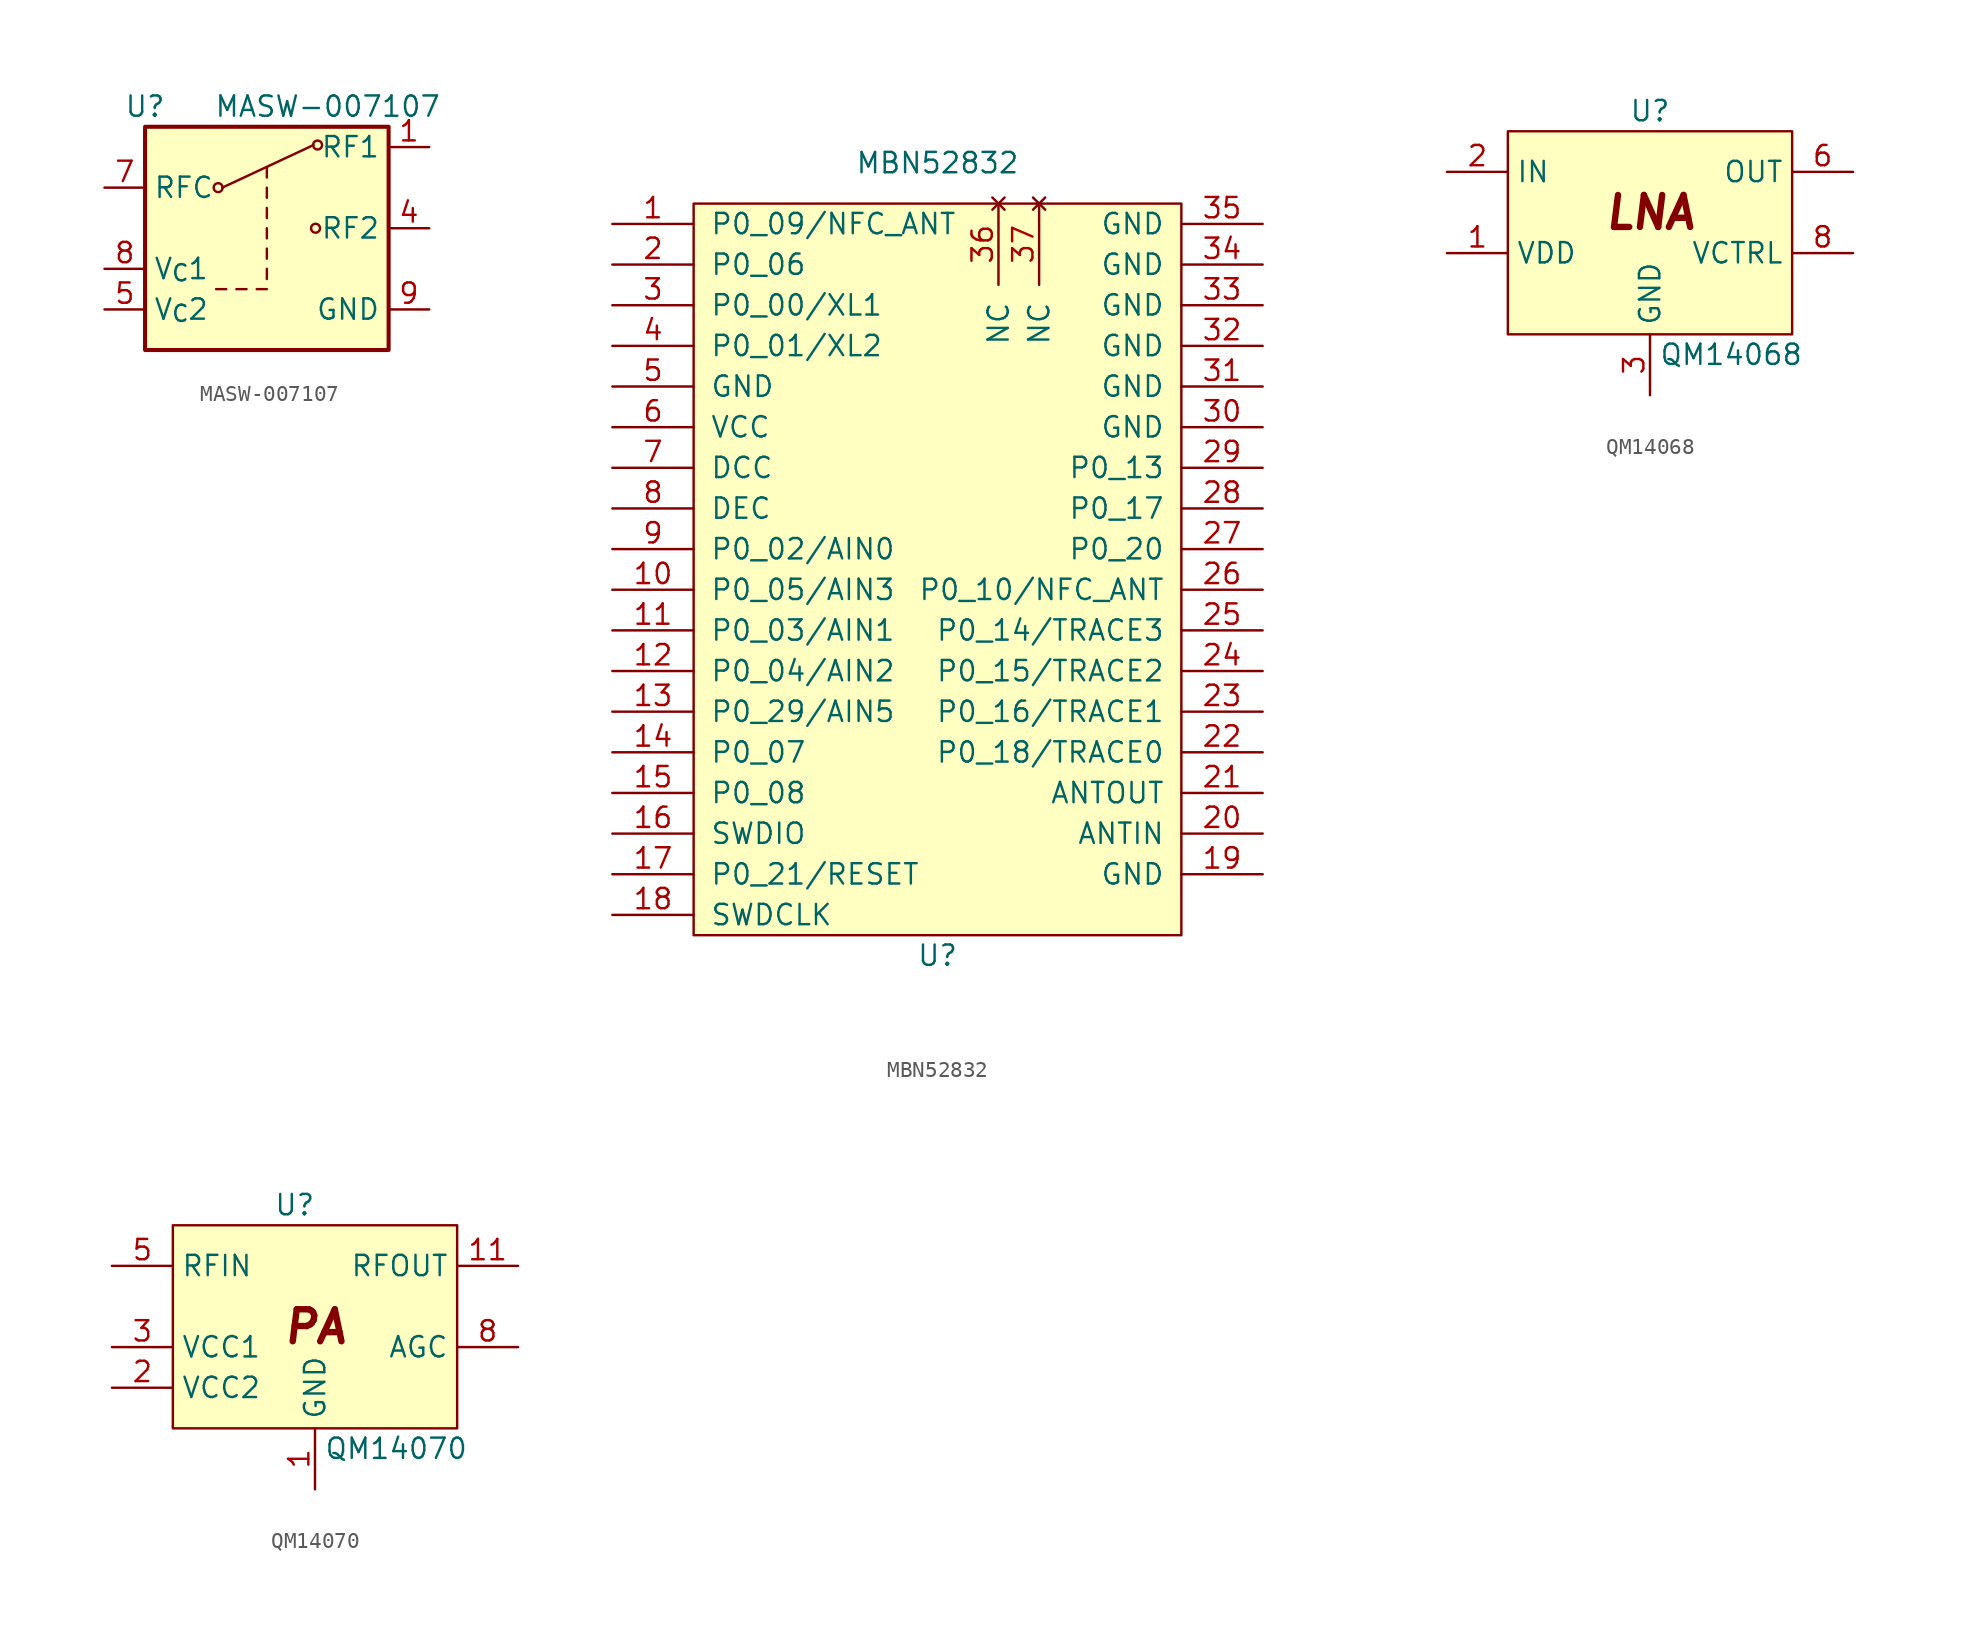
<source format=kicad_sym>
(kicad_symbol_lib
  (version 20220914)
  (generator kicad_symbol_editor)
  (symbol "MASW-007107"
    (property "Reference" "U"
      (at -7.62 7.62 0)
      (effects (font (size 1.27 1.27))))
    (property "Value" "MASW-007107"
      (at 3.81 7.62 0)
      (effects (font (size 1.27 1.27))))
    (symbol "MASW-007107_0_1"
      (circle (center -3.048 2.54) (radius 0.279) (stroke (width 0) (type default)) (fill (type none)))
      (polyline (pts (xy -3.175 -3.81) (xy -2.54 -3.81)) (stroke (width 0) (type default)) (fill (type none)))
      (polyline (pts (xy -2.794 2.54) (xy 2.921 5.207)) (stroke (width 0) (type default)) (fill (type none)))
      (polyline (pts (xy -1.905 -3.81) (xy -1.27 -3.81)) (stroke (width 0) (type default)) (fill (type none)))
      (polyline (pts (xy -0.635 -3.81) (xy 0 -3.81)) (stroke (width 0) (type default)) (fill (type none)))
      (polyline (pts (xy 0 -3.175) (xy 0 -2.54)) (stroke (width 0) (type default)) (fill (type none)))
      (polyline (pts (xy 0 -1.905) (xy 0 -1.27)) (stroke (width 0) (type default)) (fill (type none)))
      (polyline (pts (xy 0 -0.635) (xy 0 0)) (stroke (width 0) (type default)) (fill (type none)))
      (polyline (pts (xy 0 0.635) (xy 0 1.27)) (stroke (width 0) (type default)) (fill (type none)))
      (polyline (pts (xy 0 1.905) (xy 0 2.54)) (stroke (width 0) (type default)) (fill (type none)))
      (polyline (pts (xy 0 3.175) (xy 0 3.81)) (stroke (width 0) (type default)) (fill (type none)))
      (circle (center 3.048 0) (radius 0.279) (stroke (width 0) (type default)) (fill (type none)))
      (circle (center 3.175 5.207) (radius 0.279) (stroke (width 0) (type default)) (fill (type none)))
      (rectangle (start 7.62 -7.62) (end -7.62 6.35) (stroke (width 0.254) (type default)) (fill (type background))))
    (symbol "MASW-007107_1_1"
      (pin passive line (at 10.16 5.08 180) (length 2.54) (name "RF1" (effects (font (size 1.27 1.27)))) (number "1" (effects (font (size 1.27 1.27)))))
      (pin passive line (at 10.16 -5.08 180) (length 2.54) hide (name "NC" (effects (font (size 1.27 1.27)))) (number "2" (effects (font (size 1.27 1.27)))))
      (pin passive line (at 10.16 -5.08 180) (length 2.54) hide (name "NC" (effects (font (size 1.27 1.27)))) (number "3" (effects (font (size 1.27 1.27)))))
      (pin passive line (at 10.16 0 180) (length 2.54) (name "RF2" (effects (font (size 1.27 1.27)))) (number "4" (effects (font (size 1.27 1.27)))))
      (pin input line (at -10.16 -5.08 0) (length 2.54) (name "V_{C}2" (effects (font (size 1.27 1.27)))) (number "5" (effects (font (size 1.27 1.27)))))
      (pin passive line (at 10.16 -5.08 180) (length 2.54) hide (name "NC" (effects (font (size 1.27 1.27)))) (number "6" (effects (font (size 1.27 1.27)))))
      (pin passive line (at -10.16 2.54 0) (length 2.54) (name "RFC" (effects (font (size 1.27 1.27)))) (number "7" (effects (font (size 1.27 1.27)))))
      (pin input line (at -10.16 -2.54 0) (length 2.54) (name "V_{C}1" (effects (font (size 1.27 1.27)))) (number "8" (effects (font (size 1.27 1.27)))))
      (pin power_in line (at 10.16 -5.08 180) (length 2.54) (name "GND" (effects (font (size 1.27 1.27)))) (number "9" (effects (font (size 1.27 1.27)))))))
  (symbol "MBN52832"
    (pin_names
      (offset 1.016))
    (property "Reference" "U"
      (at 0 -38.1 0)
      (effects (font (size 1.27 1.27))))
    (property "Value" "MBN52832"
      (at 0 11.43 0)
      (effects (font (size 1.27 1.27))))
    (symbol "MBN52832_0_1"
      (rectangle (start -15.24 8.89) (end 15.24 -36.83) (stroke (width 0) (type default)) (fill (type background))))
    (symbol "MBN52832_1_1"
      (pin bidirectional line (at -20.32 7.62 0) (length 5.08) (name "P0_09/NFC_ANT" (effects (font (size 1.27 1.27)))) (number "1" (effects (font (size 1.27 1.27)))))
      (pin bidirectional line (at -20.32 -15.24 0) (length 5.08) (name "P0_05/AIN3" (effects (font (size 1.27 1.27)))) (number "10" (effects (font (size 1.27 1.27)))))
      (pin bidirectional line (at -20.32 -17.78 0) (length 5.08) (name "P0_03/AIN1" (effects (font (size 1.27 1.27)))) (number "11" (effects (font (size 1.27 1.27)))))
      (pin bidirectional line (at -20.32 -20.32 0) (length 5.08) (name "P0_04/AIN2" (effects (font (size 1.27 1.27)))) (number "12" (effects (font (size 1.27 1.27)))))
      (pin bidirectional line (at -20.32 -22.86 0) (length 5.08) (name "P0_29/AIN5" (effects (font (size 1.27 1.27)))) (number "13" (effects (font (size 1.27 1.27)))))
      (pin bidirectional line (at -20.32 -25.4 0) (length 5.08) (name "P0_07" (effects (font (size 1.27 1.27)))) (number "14" (effects (font (size 1.27 1.27)))))
      (pin bidirectional line (at -20.32 -27.94 0) (length 5.08) (name "P0_08" (effects (font (size 1.27 1.27)))) (number "15" (effects (font (size 1.27 1.27)))))
      (pin bidirectional line (at -20.32 -30.48 0) (length 5.08) (name "SWDIO" (effects (font (size 1.27 1.27)))) (number "16" (effects (font (size 1.27 1.27)))))
      (pin input line (at -20.32 -33.02 0) (length 5.08) (name "P0_21/RESET" (effects (font (size 1.27 1.27)))) (number "17" (effects (font (size 1.27 1.27)))))
      (pin input line (at -20.32 -35.56 0) (length 5.08) (name "SWDCLK" (effects (font (size 1.27 1.27)))) (number "18" (effects (font (size 1.27 1.27)))))
      (pin power_in line (at 20.32 -33.02 180) (length 5.08) (name "GND" (effects (font (size 1.27 1.27)))) (number "19" (effects (font (size 1.27 1.27)))))
      (pin bidirectional line (at -20.32 5.08 0) (length 5.08) (name "P0_06" (effects (font (size 1.27 1.27)))) (number "2" (effects (font (size 1.27 1.27)))))
      (pin input line (at 20.32 -30.48 180) (length 5.08) (name "ANTIN" (effects (font (size 1.27 1.27)))) (number "20" (effects (font (size 1.27 1.27)))))
      (pin output line (at 20.32 -27.94 180) (length 5.08) (name "ANTOUT" (effects (font (size 1.27 1.27)))) (number "21" (effects (font (size 1.27 1.27)))))
      (pin output line (at 20.32 -25.4 180) (length 5.08) (name "P0_18/TRACE0" (effects (font (size 1.27 1.27)))) (number "22" (effects (font (size 1.27 1.27)))))
      (pin output line (at 20.32 -22.86 180) (length 5.08) (name "P0_16/TRACE1" (effects (font (size 1.27 1.27)))) (number "23" (effects (font (size 1.27 1.27)))))
      (pin output line (at 20.32 -20.32 180) (length 5.08) (name "P0_15/TRACE2" (effects (font (size 1.27 1.27)))) (number "24" (effects (font (size 1.27 1.27)))))
      (pin output line (at 20.32 -17.78 180) (length 5.08) (name "P0_14/TRACE3" (effects (font (size 1.27 1.27)))) (number "25" (effects (font (size 1.27 1.27)))))
      (pin bidirectional line (at 20.32 -15.24 180) (length 5.08) (name "P0_10/NFC_ANT" (effects (font (size 1.27 1.27)))) (number "26" (effects (font (size 1.27 1.27)))))
      (pin bidirectional line (at 20.32 -12.7 180) (length 5.08) (name "P0_20" (effects (font (size 1.27 1.27)))) (number "27" (effects (font (size 1.27 1.27)))))
      (pin bidirectional line (at 20.32 -10.16 180) (length 5.08) (name "P0_17" (effects (font (size 1.27 1.27)))) (number "28" (effects (font (size 1.27 1.27)))))
      (pin bidirectional line (at 20.32 -7.62 180) (length 5.08) (name "P0_13" (effects (font (size 1.27 1.27)))) (number "29" (effects (font (size 1.27 1.27)))))
      (pin bidirectional line (at -20.32 2.54 0) (length 5.08) (name "P0_00/XL1" (effects (font (size 1.27 1.27)))) (number "3" (effects (font (size 1.27 1.27)))))
      (pin power_in line (at 20.32 -5.08 180) (length 5.08) (name "GND" (effects (font (size 1.27 1.27)))) (number "30" (effects (font (size 1.27 1.27)))))
      (pin power_in line (at 20.32 -2.54 180) (length 5.08) (name "GND" (effects (font (size 1.27 1.27)))) (number "31" (effects (font (size 1.27 1.27)))))
      (pin power_in line (at 20.32 0 180) (length 5.08) (name "GND" (effects (font (size 1.27 1.27)))) (number "32" (effects (font (size 1.27 1.27)))))
      (pin power_in line (at 20.32 2.54 180) (length 5.08) (name "GND" (effects (font (size 1.27 1.27)))) (number "33" (effects (font (size 1.27 1.27)))))
      (pin power_in line (at 20.32 5.08 180) (length 5.08) (name "GND" (effects (font (size 1.27 1.27)))) (number "34" (effects (font (size 1.27 1.27)))))
      (pin power_in line (at 20.32 7.62 180) (length 5.08) (name "GND" (effects (font (size 1.27 1.27)))) (number "35" (effects (font (size 1.27 1.27)))))
      (pin no_connect line (at 3.81 8.89 270) (length 5.08) (name "NC" (effects (font (size 1.27 1.27)))) (number "36" (effects (font (size 1.27 1.27)))))
      (pin no_connect line (at 6.35 8.89 270) (length 5.08) (name "NC" (effects (font (size 1.27 1.27)))) (number "37" (effects (font (size 1.27 1.27)))))
      (pin bidirectional line (at -20.32 0 0) (length 5.08) (name "P0_01/XL2" (effects (font (size 1.27 1.27)))) (number "4" (effects (font (size 1.27 1.27)))))
      (pin power_in line (at -20.32 -2.54 0) (length 5.08) (name "GND" (effects (font (size 1.27 1.27)))) (number "5" (effects (font (size 1.27 1.27)))))
      (pin power_in line (at -20.32 -5.08 0) (length 5.08) (name "VCC" (effects (font (size 1.27 1.27)))) (number "6" (effects (font (size 1.27 1.27)))))
      (pin power_out line (at -20.32 -7.62 0) (length 5.08) (name "DCC" (effects (font (size 1.27 1.27)))) (number "7" (effects (font (size 1.27 1.27)))))
      (pin output line (at -20.32 -10.16 0) (length 5.08) (name "DEC" (effects (font (size 1.27 1.27)))) (number "8" (effects (font (size 1.27 1.27)))))
      (pin bidirectional line (at -20.32 -12.7 0) (length 5.08) (name "P0_02/AIN0" (effects (font (size 1.27 1.27)))) (number "9" (effects (font (size 1.27 1.27)))))))
  (symbol "QM14068"
    (property "Reference" "U"
      (at 8.89 1.27 0)
      (effects (font (size 1.27 1.27))))
    (property "Value" "QM14068"
      (at 13.97 -13.97 0)
      (effects (font (size 1.27 1.27))))
    (symbol "QM14068_1_1"
      (rectangle (start 0 0) (end 17.78 -12.7) (stroke (width 0) (type default)) (fill (type background)))
      (text "LNA" (at 8.89 -5.08 0) (effects (font (size 2 2) bold italic)))
      (pin power_in line (at -3.81 -7.62 0) (length 3.81) (name "VDD" (effects (font (size 1.27 1.27)))) (number "1" (effects (font (size 1.27 1.27)))))
      (pin passive line (at -3.81 -2.54 0) (length 3.81) (name "IN" (effects (font (size 1.27 1.27)))) (number "2" (effects (font (size 1.27 1.27)))))
      (pin power_in line (at 8.89 -16.51 90) (length 3.81) (name "GND" (effects (font (size 1.27 1.27)))) (number "3" (effects (font (size 1.27 1.27)))))
      (pin power_in line (at 8.89 -16.51 90) (length 3.81) hide (name "GND" (effects (font (size 1.27 1.27)))) (number "4" (effects (font (size 1.27 1.27)))))
      (pin power_in line (at 8.89 -16.51 90) (length 3.81) hide (name "GND" (effects (font (size 1.27 1.27)))) (number "5" (effects (font (size 1.27 1.27)))))
      (pin passive line (at 21.59 -2.54 180) (length 3.81) (name "OUT" (effects (font (size 1.27 1.27)))) (number "6" (effects (font (size 1.27 1.27)))))
      (pin power_in line (at 8.89 -16.51 90) (length 3.81) hide (name "GND" (effects (font (size 1.27 1.27)))) (number "7" (effects (font (size 1.27 1.27)))))
      (pin passive line (at 21.59 -7.62 180) (length 3.81) (name "VCTRL" (effects (font (size 1.27 1.27)))) (number "8" (effects (font (size 1.27 1.27)))))
      (pin power_in line (at 8.89 -16.51 90) (length 3.81) hide (name "GND" (effects (font (size 1.27 1.27)))) (number "9" (effects (font (size 1.27 1.27)))))))
  (symbol "QM14070"
    (property "Reference" "U"
      (at 7.62 1.27 0)
      (effects (font (size 1.27 1.27))))
    (property "Value" "QM14070"
      (at 13.97 -13.97 0)
      (effects (font (size 1.27 1.27))))
    (symbol "QM14070_1_1"
      (rectangle (start 0 0) (end 17.78 -12.7) (stroke (width 0) (type default)) (fill (type background)))
      (text "PA" (at 8.89 -6.35 0) (effects (font (size 2 2) bold italic)))
      (pin power_in line (at 8.89 -16.51 90) (length 3.81) hide (name "GND" (effects (font (size 1.27 1.27)))) (number "0" (effects (font (size 1.27 1.27)))))
      (pin power_in line (at 8.89 -16.51 90) (length 3.81) (name "GND" (effects (font (size 1.27 1.27)))) (number "1" (effects (font (size 1.27 1.27)))))
      (pin power_in line (at 8.89 -16.51 90) (length 3.81) hide (name "GND" (effects (font (size 1.27 1.27)))) (number "10" (effects (font (size 1.27 1.27)))))
      (pin passive line (at 21.59 -2.54 180) (length 3.81) (name "RFOUT" (effects (font (size 1.27 1.27)))) (number "11" (effects (font (size 1.27 1.27)))))
      (pin power_in line (at 8.89 -16.51 90) (length 3.81) hide (name "GND" (effects (font (size 1.27 1.27)))) (number "12" (effects (font (size 1.27 1.27)))))
      (pin power_in line (at -3.81 -10.16 0) (length 3.81) (name "VCC2" (effects (font (size 1.27 1.27)))) (number "2" (effects (font (size 1.27 1.27)))))
      (pin power_in line (at -3.81 -7.62 0) (length 3.81) (name "VCC1" (effects (font (size 1.27 1.27)))) (number "3" (effects (font (size 1.27 1.27)))))
      (pin power_in line (at 8.89 -16.51 90) (length 3.81) hide (name "GND" (effects (font (size 1.27 1.27)))) (number "4" (effects (font (size 1.27 1.27)))))
      (pin passive line (at -3.81 -2.54 0) (length 3.81) (name "RFIN" (effects (font (size 1.27 1.27)))) (number "5" (effects (font (size 1.27 1.27)))))
      (pin power_in line (at 8.89 -16.51 90) (length 3.81) hide (name "GND" (effects (font (size 1.27 1.27)))) (number "6" (effects (font (size 1.27 1.27)))))
      (pin power_in line (at 8.89 -16.51 90) (length 3.81) hide (name "GND" (effects (font (size 1.27 1.27)))) (number "7" (effects (font (size 1.27 1.27)))))
      (pin passive line (at 21.59 -7.62 180) (length 3.81) (name "AGC" (effects (font (size 1.27 1.27)))) (number "8" (effects (font (size 1.27 1.27)))))
      (pin power_in line (at 8.89 -16.51 90) (length 3.81) hide (name "GND" (effects (font (size 1.27 1.27)))) (number "9" (effects (font (size 1.27 1.27))))))))
</source>
